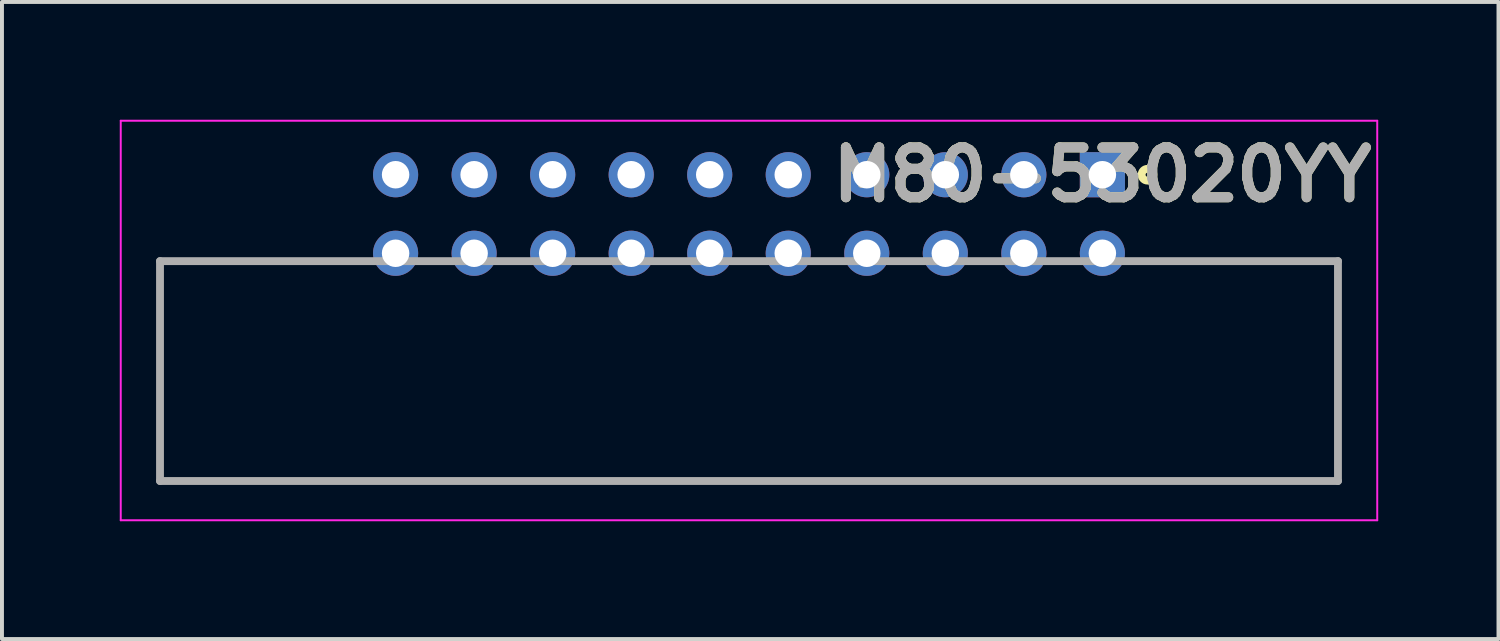
<source format=kicad_pcb>
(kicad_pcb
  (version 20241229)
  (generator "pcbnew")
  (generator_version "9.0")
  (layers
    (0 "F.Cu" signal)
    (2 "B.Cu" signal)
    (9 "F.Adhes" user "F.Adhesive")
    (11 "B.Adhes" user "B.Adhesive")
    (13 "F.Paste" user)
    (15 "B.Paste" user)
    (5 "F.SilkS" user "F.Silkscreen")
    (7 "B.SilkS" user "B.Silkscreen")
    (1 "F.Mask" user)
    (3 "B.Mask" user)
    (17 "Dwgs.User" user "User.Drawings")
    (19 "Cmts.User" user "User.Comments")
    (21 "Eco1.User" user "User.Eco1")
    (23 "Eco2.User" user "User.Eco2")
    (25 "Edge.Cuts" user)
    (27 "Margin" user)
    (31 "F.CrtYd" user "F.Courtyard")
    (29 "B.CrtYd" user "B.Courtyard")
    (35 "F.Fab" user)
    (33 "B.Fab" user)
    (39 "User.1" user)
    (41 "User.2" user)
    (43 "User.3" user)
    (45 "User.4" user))
  (footprint "M80-53020YY"
    (layer "F.Cu")
    (at 25.025 1.4)
    (property "Reference" "M80-53020YY" (at 0 0 0) (layer "F.SilkS") (effects (font (size 1.27 1.27) (thickness 0.254))))
    (attr through_hole)
    (fp_line (start -24 7.8) (end -24 2.2) (stroke (width 0.1) (type solid)) (layer "F.SilkS"))
    (fp_line (start 6 2.2) (end 6 7.8) (stroke (width 0.1) (type solid)) (layer "F.SilkS"))
    (fp_line (start 6 7.8) (end -24 7.8) (stroke (width 0.1) (type solid)) (layer "F.SilkS"))
    (fp_circle (center 1.15 0) (end 1.15 0.05) (stroke (width 0.2) (type solid)) (fill no) (layer "F.SilkS"))
    (fp_line (start -25 -1.375) (end 7 -1.375) (stroke (width 0.05) (type solid)) (layer "F.CrtYd"))
    (fp_line (start -25 8.8) (end -25 -1.375) (stroke (width 0.05) (type solid)) (layer "F.CrtYd"))
    (fp_line (start 7 -1.375) (end 7 8.8) (stroke (width 0.05) (type solid)) (layer "F.CrtYd"))
    (fp_line (start 7 8.8) (end -25 8.8) (stroke (width 0.05) (type solid)) (layer "F.CrtYd"))
    (fp_line (start -24 2.2) (end 6 2.2) (stroke (width 0.2) (type solid)) (layer "F.Fab"))
    (fp_line (start -24 7.8) (end -24 2.2) (stroke (width 0.2) (type solid)) (layer "F.Fab"))
    (fp_line (start 6 2.2) (end 6 7.8) (stroke (width 0.2) (type solid)) (layer "F.Fab"))
    (fp_line (start 6 7.8) (end -24 7.8) (stroke (width 0.2) (type solid)) (layer "F.Fab"))
    (fp_text user "${REFERENCE}" (at 0 0 0) (layer "F.Fab") (effects (font (size 1.27 1.27) (thickness 0.254))))
    (pad "1" thru_hole rect (at 0 0) (size 1.15 1.15) (drill 0.7) (layers "*.Cu" "*.Mask"))
    (pad "2" thru_hole circle (at -2 0) (size 1.15 1.15) (drill 0.7) (layers "*.Cu" "*.Mask"))
    (pad "3" thru_hole circle (at -4 0) (size 1.15 1.15) (drill 0.7) (layers "*.Cu" "*.Mask"))
    (pad "4" thru_hole circle (at -6 0) (size 1.15 1.15) (drill 0.7) (layers "*.Cu" "*.Mask"))
    (pad "5" thru_hole circle (at -8 0) (size 1.15 1.15) (drill 0.7) (layers "*.Cu" "*.Mask"))
    (pad "6" thru_hole circle (at -10 0) (size 1.15 1.15) (drill 0.7) (layers "*.Cu" "*.Mask"))
    (pad "7" thru_hole circle (at -12 0) (size 1.15 1.15) (drill 0.7) (layers "*.Cu" "*.Mask"))
    (pad "8" thru_hole circle (at -14 0) (size 1.15 1.15) (drill 0.7) (layers "*.Cu" "*.Mask"))
    (pad "9" thru_hole circle (at -16 0) (size 1.15 1.15) (drill 0.7) (layers "*.Cu" "*.Mask"))
    (pad "10" thru_hole circle (at -18 0) (size 1.15 1.15) (drill 0.7) (layers "*.Cu" "*.Mask"))
    (pad "11" thru_hole circle (at 0 2) (size 1.15 1.15) (drill 0.7) (layers "*.Cu" "*.Mask"))
    (pad "12" thru_hole circle (at -2 2) (size 1.15 1.15) (drill 0.7) (layers "*.Cu" "*.Mask"))
    (pad "13" thru_hole circle (at -4 2) (size 1.15 1.15) (drill 0.7) (layers "*.Cu" "*.Mask"))
    (pad "14" thru_hole circle (at -6 2) (size 1.15 1.15) (drill 0.7) (layers "*.Cu" "*.Mask"))
    (pad "15" thru_hole circle (at -8 2) (size 1.15 1.15) (drill 0.7) (layers "*.Cu" "*.Mask"))
    (pad "16" thru_hole circle (at -10 2) (size 1.15 1.15) (drill 0.7) (layers "*.Cu" "*.Mask"))
    (pad "17" thru_hole circle (at -12 2) (size 1.15 1.15) (drill 0.7) (layers "*.Cu" "*.Mask"))
    (pad "18" thru_hole circle (at -14 2) (size 1.15 1.15) (drill 0.7) (layers "*.Cu" "*.Mask"))
    (pad "19" thru_hole circle (at -16 2) (size 1.15 1.15) (drill 0.7) (layers "*.Cu" "*.Mask"))
    (pad "20" thru_hole circle (at -18 2) (size 1.15 1.15) (drill 0.7) (layers "*.Cu" "*.Mask")))
  (gr_rect
    (start -3 -3)
    (end 35.113 13.225)
    (stroke (width 0.1) (type default))
    (fill no)
    (layer "Edge.Cuts")))
</source>
